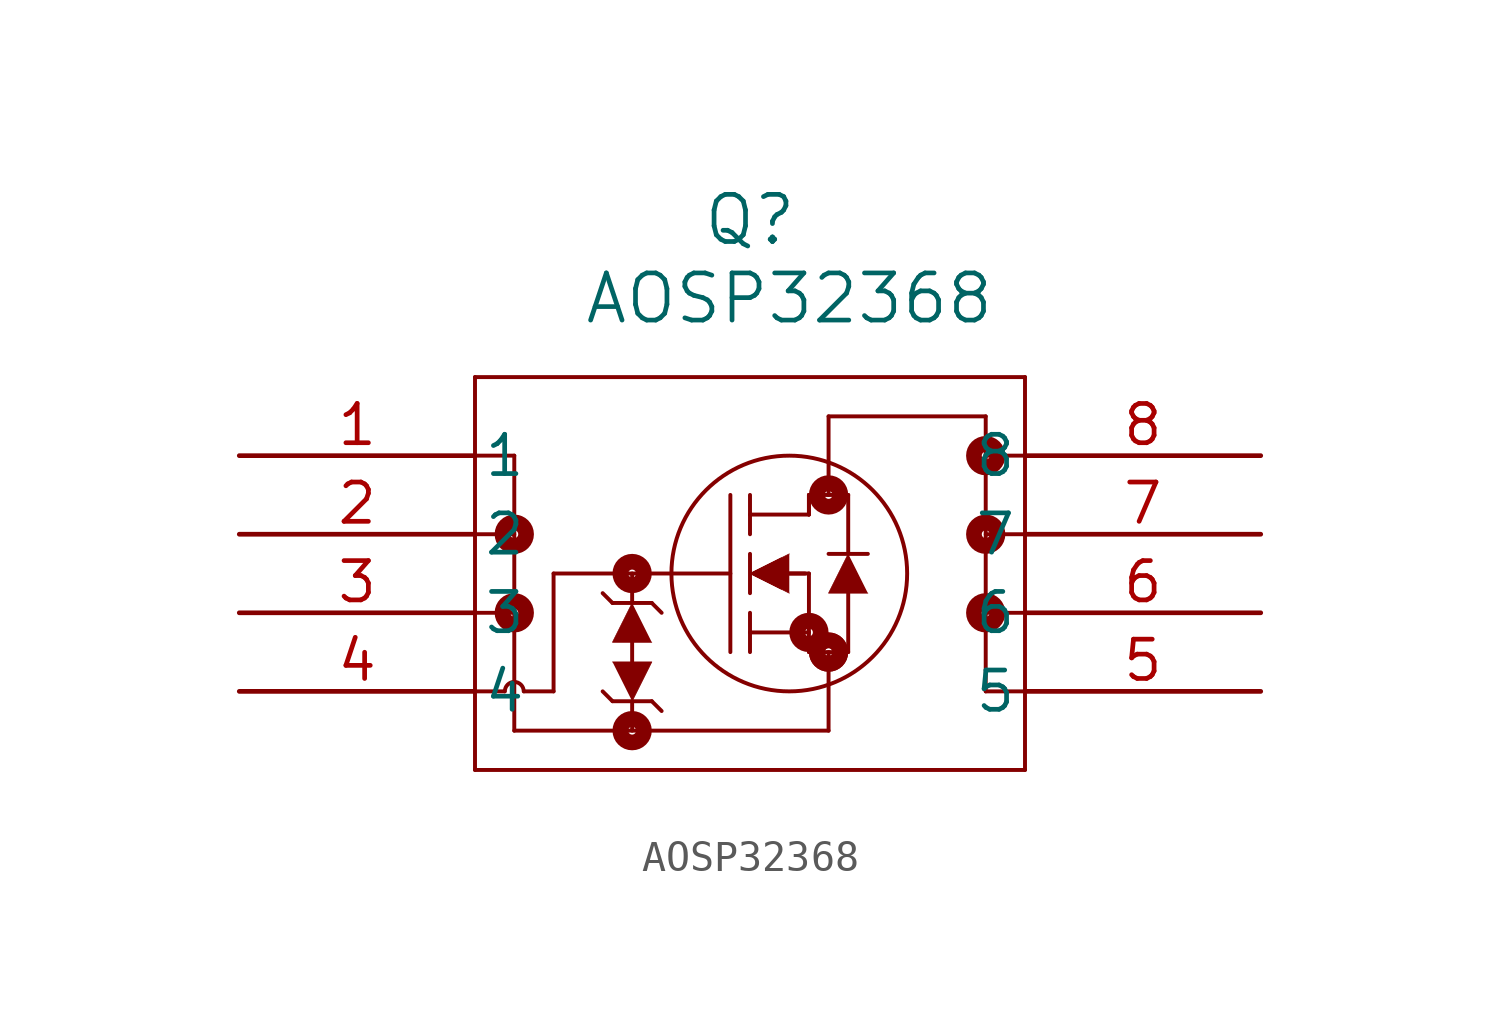
<source format=kicad_sym>
(kicad_symbol_lib
  (version 20220914)
  (generator kicad_symbol_editor)
  (symbol "AOSP32368"
    (pin_names
      (offset 0.254))
    (property "Reference" "Q"
      (at 13.97 7.62 0)
      (effects (font (size 1.524 1.524))))
    (property "Value" "AOSP32368"
      (at 15.24 5.08 0)
      (effects (font (size 1.524 1.524))))
    (property "ki_locked" ""
      (at 0 0 0)
      (effects (font (size 1.27 1.27))))
    (symbol "AOSP32368_0_1"
      (polyline (pts (xy 5.08 -10.16) (xy 22.86 -10.16)) (stroke (width 0.127) (type default)) (fill (type none)))
      (polyline (pts (xy 5.08 -7.62) (xy 6.032 -7.62)) (stroke (width 0.127) (type default)) (fill (type none)))
      (polyline (pts (xy 5.08 -5.08) (xy 6.35 -5.08)) (stroke (width 0.127) (type default)) (fill (type none)))
      (polyline (pts (xy 5.08 -2.54) (xy 6.35 -2.54)) (stroke (width 0.127) (type default)) (fill (type none)))
      (polyline (pts (xy 5.08 0) (xy 6.35 0)) (stroke (width 0.127) (type default)) (fill (type none)))
      (polyline (pts (xy 5.08 2.54) (xy 5.08 -10.16)) (stroke (width 0.127) (type default)) (fill (type none)))
      (polyline (pts (xy 6.35 -8.89) (xy 16.51 -8.89)) (stroke (width 0.127) (type default)) (fill (type none)))
      (polyline (pts (xy 6.35 0) (xy 6.35 -8.89)) (stroke (width 0.127) (type default)) (fill (type none)))
      (polyline (pts (xy 7.62 -7.62) (xy 6.668 -7.62)) (stroke (width 0.127) (type default)) (fill (type none)))
      (polyline (pts (xy 7.62 -3.81) (xy 7.62 -7.62)) (stroke (width 0.127) (type default)) (fill (type none)))
      (polyline (pts (xy 7.62 -3.81) (xy 13.335 -3.81)) (stroke (width 0.127) (type default)) (fill (type none)))
      (polyline (pts (xy 9.525 -7.938) (xy 9.207 -7.62)) (stroke (width 0.127) (type default)) (fill (type none)))
      (polyline (pts (xy 9.525 -7.938) (xy 10.795 -7.938)) (stroke (width 0.127) (type default)) (fill (type none)))
      (polyline (pts (xy 9.525 -4.763) (xy 9.207 -4.445)) (stroke (width 0.127) (type default)) (fill (type none)))
      (polyline (pts (xy 10.16 -7.938) (xy 10.16 -8.89)) (stroke (width 0.127) (type default)) (fill (type none)))
      (polyline (pts (xy 10.16 -6.032) (xy 10.16 -6.668)) (stroke (width 0.127) (type default)) (fill (type none)))
      (polyline (pts (xy 10.16 -4.763) (xy 10.16 -3.81)) (stroke (width 0.127) (type default)) (fill (type none)))
      (polyline (pts (xy 10.795 -7.938) (xy 11.113 -8.255)) (stroke (width 0.127) (type default)) (fill (type none)))
      (polyline (pts (xy 10.795 -4.763) (xy 9.525 -4.763)) (stroke (width 0.127) (type default)) (fill (type none)))
      (polyline (pts (xy 10.795 -4.763) (xy 11.113 -5.08)) (stroke (width 0.127) (type default)) (fill (type none)))
      (polyline (pts (xy 13.335 -6.35) (xy 13.335 -1.27)) (stroke (width 0.127) (type default)) (fill (type none)))
      (polyline (pts (xy 13.97 -6.35) (xy 13.97 -5.08)) (stroke (width 0.127) (type default)) (fill (type none)))
      (polyline (pts (xy 13.97 -5.715) (xy 15.875 -5.715)) (stroke (width 0.127) (type default)) (fill (type none)))
      (polyline (pts (xy 13.97 -4.445) (xy 13.97 -3.175)) (stroke (width 0.127) (type default)) (fill (type none)))
      (polyline (pts (xy 13.97 -1.905) (xy 15.875 -1.905)) (stroke (width 0.127) (type default)) (fill (type none)))
      (polyline (pts (xy 13.97 -1.27) (xy 13.97 -2.54)) (stroke (width 0.127) (type default)) (fill (type none)))
      (polyline (pts (xy 14.986 -3.81) (xy 15.748 -3.81)) (stroke (width 0.127) (type default)) (fill (type none)))
      (polyline (pts (xy 15.24 -3.81) (xy 15.875 -3.81)) (stroke (width 0.127) (type default)) (fill (type none)))
      (polyline (pts (xy 15.875 -6.35) (xy 15.875 -3.81)) (stroke (width 0.127) (type default)) (fill (type none)))
      (polyline (pts (xy 15.875 -6.35) (xy 17.145 -6.35)) (stroke (width 0.127) (type default)) (fill (type none)))
      (polyline (pts (xy 15.875 -1.905) (xy 15.875 -1.27)) (stroke (width 0.127) (type default)) (fill (type none)))
      (polyline (pts (xy 15.875 -1.905) (xy 15.875 -1.27)) (stroke (width 0.127) (type default)) (fill (type none)))
      (polyline (pts (xy 15.875 -1.27) (xy 17.145 -1.27)) (stroke (width 0.127) (type default)) (fill (type none)))
      (polyline (pts (xy 16.51 -8.89) (xy 16.51 -6.35)) (stroke (width 0.127) (type default)) (fill (type none)))
      (polyline (pts (xy 16.51 1.27) (xy 16.51 -1.27)) (stroke (width 0.127) (type default)) (fill (type none)))
      (polyline (pts (xy 17.145 -6.35) (xy 17.145 -4.445)) (stroke (width 0.127) (type default)) (fill (type none)))
      (polyline (pts (xy 17.145 -3.175) (xy 17.145 -1.27)) (stroke (width 0.127) (type default)) (fill (type none)))
      (polyline (pts (xy 17.78 -3.175) (xy 16.51 -3.175)) (stroke (width 0.127) (type default)) (fill (type none)))
      (polyline (pts (xy 21.59 -7.62) (xy 21.59 1.27)) (stroke (width 0.127) (type default)) (fill (type none)))
      (polyline (pts (xy 21.59 1.27) (xy 16.51 1.27)) (stroke (width 0.127) (type default)) (fill (type none)))
      (polyline (pts (xy 22.86 -10.16) (xy 22.86 2.54)) (stroke (width 0.127) (type default)) (fill (type none)))
      (polyline (pts (xy 22.86 -7.62) (xy 21.59 -7.62)) (stroke (width 0.127) (type default)) (fill (type none)))
      (polyline (pts (xy 22.86 -5.08) (xy 21.59 -5.08)) (stroke (width 0.127) (type default)) (fill (type none)))
      (polyline (pts (xy 22.86 -2.54) (xy 21.59 -2.54)) (stroke (width 0.127) (type default)) (fill (type none)))
      (polyline (pts (xy 22.86 0) (xy 21.59 0)) (stroke (width 0.127) (type default)) (fill (type none)))
      (polyline (pts (xy 22.86 2.54) (xy 5.08 2.54)) (stroke (width 0.127) (type default)) (fill (type none)))
      (polyline (pts (xy 9.525 -6.668) (xy 10.795 -6.668) (xy 10.16 -7.938)) (stroke (width 0.025) (type default)) (fill (type outline)))
      (polyline (pts (xy 10.795 -6.032) (xy 9.525 -6.032) (xy 10.16 -4.763)) (stroke (width 0.025) (type default)) (fill (type outline)))
      (polyline (pts (xy 14.986 -3.302) (xy 13.97 -3.81) (xy 14.986 -4.318)) (stroke (width 0.025) (type default)) (fill (type outline)))
      (polyline (pts (xy 15.24 -3.175) (xy 13.97 -3.81) (xy 15.24 -4.445)) (stroke (width 0.025) (type default)) (fill (type outline)))
      (polyline (pts (xy 17.78 -4.445) (xy 16.51 -4.445) (xy 17.145 -3.175)) (stroke (width 0.025) (type default)) (fill (type outline)))
      (circle (center 6.35 -5.08) (radius 0.127) (stroke (width 0.508) (type default)) (fill (type none)))
      (circle (center 6.35 -2.54) (radius 0.127) (stroke (width 0.508) (type default)) (fill (type none)))
      (arc (start 6.6548 -7.62) (mid 6.35 -7.3165) (end 6.0452 -7.62) (stroke (width 0.127) (type default)) (fill (type none)))
      (circle (center 10.16 -8.89) (radius 0.127) (stroke (width 0.508) (type default)) (fill (type none)))
      (circle (center 10.16 -3.81) (radius 0.127) (stroke (width 0.508) (type default)) (fill (type none)))
      (circle (center 15.24 -3.81) (radius 3.81) (stroke (width 0.127) (type default)) (fill (type none)))
      (circle (center 15.875 -5.715) (radius 0.127) (stroke (width 0.508) (type default)) (fill (type none)))
      (circle (center 16.51 -6.35) (radius 0.127) (stroke (width 0.508) (type default)) (fill (type none)))
      (circle (center 16.51 -6.35) (radius 0.127) (stroke (width 0.508) (type default)) (fill (type none)))
      (circle (center 16.51 -1.27) (radius 0.127) (stroke (width 0.508) (type default)) (fill (type none)))
      (circle (center 21.59 -5.08) (radius 0.127) (stroke (width 0.508) (type default)) (fill (type none)))
      (circle (center 21.59 -2.54) (radius 0.127) (stroke (width 0.508) (type default)) (fill (type none)))
      (circle (center 21.59 0) (radius 0.127) (stroke (width 0.508) (type default)) (fill (type none))))
    (symbol "AOSP32368_1_1"
      (pin passive line (at -2.54 0 0) (length 7.62) (name "1" (effects (font (size 1.27 1.27)))) (number "1" (effects (font (size 1.27 1.27)))))
      (pin passive line (at -2.54 -2.54 0) (length 7.62) (name "2" (effects (font (size 1.27 1.27)))) (number "2" (effects (font (size 1.27 1.27)))))
      (pin passive line (at -2.54 -5.08 0) (length 7.62) (name "3" (effects (font (size 1.27 1.27)))) (number "3" (effects (font (size 1.27 1.27)))))
      (pin passive line (at -2.54 -7.62 0) (length 7.62) (name "4" (effects (font (size 1.27 1.27)))) (number "4" (effects (font (size 1.27 1.27)))))
      (pin passive line (at 30.48 -7.62 180) (length 7.62) (name "5" (effects (font (size 1.27 1.27)))) (number "5" (effects (font (size 1.27 1.27)))))
      (pin passive line (at 30.48 -5.08 180) (length 7.62) (name "6" (effects (font (size 1.27 1.27)))) (number "6" (effects (font (size 1.27 1.27)))))
      (pin passive line (at 30.48 -2.54 180) (length 7.62) (name "7" (effects (font (size 1.27 1.27)))) (number "7" (effects (font (size 1.27 1.27)))))
      (pin passive line (at 30.48 0 180) (length 7.62) (name "8" (effects (font (size 1.27 1.27)))) (number "8" (effects (font (size 1.27 1.27))))))))
</source>
